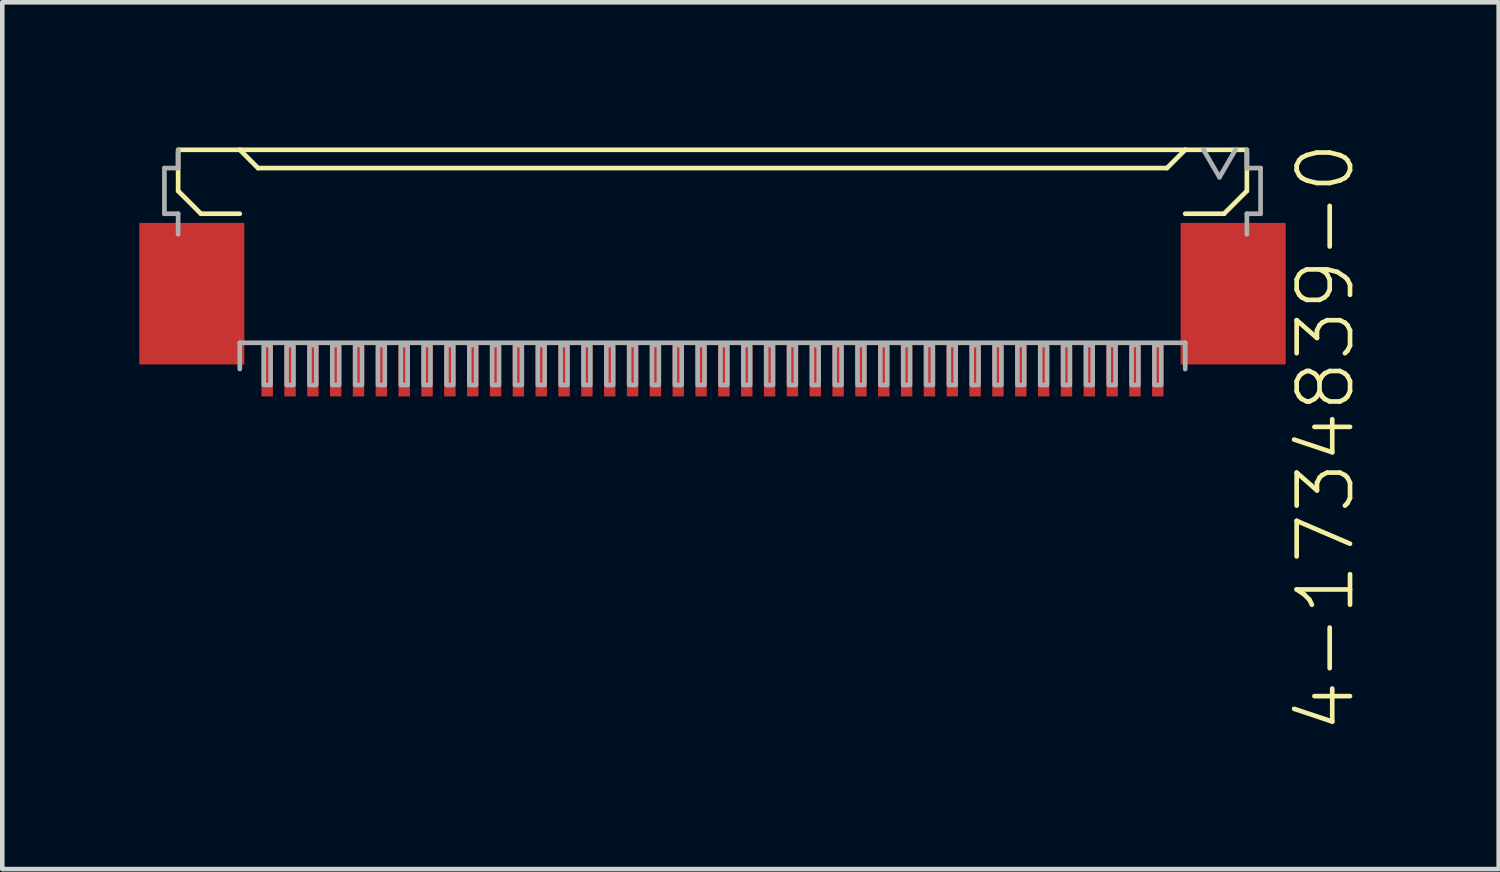
<source format=kicad_pcb>
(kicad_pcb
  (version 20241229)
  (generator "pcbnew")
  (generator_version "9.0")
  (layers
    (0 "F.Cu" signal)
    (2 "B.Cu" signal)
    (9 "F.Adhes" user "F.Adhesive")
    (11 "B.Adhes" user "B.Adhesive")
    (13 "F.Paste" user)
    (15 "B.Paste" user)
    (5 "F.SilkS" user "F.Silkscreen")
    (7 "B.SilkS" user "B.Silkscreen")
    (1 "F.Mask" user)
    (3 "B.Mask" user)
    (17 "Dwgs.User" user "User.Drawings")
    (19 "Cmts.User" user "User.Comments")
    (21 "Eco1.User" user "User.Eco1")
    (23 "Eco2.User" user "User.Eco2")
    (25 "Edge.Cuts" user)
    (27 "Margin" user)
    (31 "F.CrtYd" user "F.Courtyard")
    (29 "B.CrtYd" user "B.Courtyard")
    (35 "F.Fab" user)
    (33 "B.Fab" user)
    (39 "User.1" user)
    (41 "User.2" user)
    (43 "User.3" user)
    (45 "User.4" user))
  (footprint "4-1734839-0"
    (layer "F.Cu")
    (at 12.55 2.54)
    (property "Reference" "4-1734839-0" (at 12.74 -2.54 90) (layer "F.SilkS") (effects (font (size 1.168 1.168) (thickness 0.102)) (justify right top)))
    (fp_poly (pts (xy -9.9 1.965) (xy -9.9 3.115) (xy -9.6 3.115) (xy -9.6 1.965)) (stroke (width 0) (type solid)) (fill yes) (layer "F.Mask"))
    (fp_poly (pts (xy -9.4 1.965) (xy -9.4 3.115) (xy -9.1 3.115) (xy -9.1 1.965)) (stroke (width 0) (type solid)) (fill yes) (layer "F.Mask"))
    (fp_poly (pts (xy -8.9 1.965) (xy -8.9 3.115) (xy -8.6 3.115) (xy -8.6 1.965)) (stroke (width 0) (type solid)) (fill yes) (layer "F.Mask"))
    (fp_poly (pts (xy -8.4 1.965) (xy -8.4 3.115) (xy -8.1 3.115) (xy -8.1 1.965)) (stroke (width 0) (type solid)) (fill yes) (layer "F.Mask"))
    (fp_poly (pts (xy -7.9 1.965) (xy -7.9 3.115) (xy -7.6 3.115) (xy -7.6 1.965)) (stroke (width 0) (type solid)) (fill yes) (layer "F.Mask"))
    (fp_poly (pts (xy -7.4 1.965) (xy -7.4 3.115) (xy -7.1 3.115) (xy -7.1 1.965)) (stroke (width 0) (type solid)) (fill yes) (layer "F.Mask"))
    (fp_poly (pts (xy -6.9 1.965) (xy -6.9 3.115) (xy -6.6 3.115) (xy -6.6 1.965)) (stroke (width 0) (type solid)) (fill yes) (layer "F.Mask"))
    (fp_poly (pts (xy -6.4 1.965) (xy -6.4 3.115) (xy -6.1 3.115) (xy -6.1 1.965)) (stroke (width 0) (type solid)) (fill yes) (layer "F.Mask"))
    (fp_poly (pts (xy -5.9 1.965) (xy -5.9 3.115) (xy -5.6 3.115) (xy -5.6 1.965)) (stroke (width 0) (type solid)) (fill yes) (layer "F.Mask"))
    (fp_poly (pts (xy -5.4 1.965) (xy -5.4 3.115) (xy -5.1 3.115) (xy -5.1 1.965)) (stroke (width 0) (type solid)) (fill yes) (layer "F.Mask"))
    (fp_poly (pts (xy -4.9 1.965) (xy -4.9 3.115) (xy -4.6 3.115) (xy -4.6 1.965)) (stroke (width 0) (type solid)) (fill yes) (layer "F.Mask"))
    (fp_poly (pts (xy -4.4 1.965) (xy -4.4 3.115) (xy -4.1 3.115) (xy -4.1 1.965)) (stroke (width 0) (type solid)) (fill yes) (layer "F.Mask"))
    (fp_poly (pts (xy -3.9 1.965) (xy -3.9 3.115) (xy -3.6 3.115) (xy -3.6 1.965)) (stroke (width 0) (type solid)) (fill yes) (layer "F.Mask"))
    (fp_poly (pts (xy -3.4 1.965) (xy -3.4 3.115) (xy -3.1 3.115) (xy -3.1 1.965)) (stroke (width 0) (type solid)) (fill yes) (layer "F.Mask"))
    (fp_poly (pts (xy -2.9 1.965) (xy -2.9 3.115) (xy -2.6 3.115) (xy -2.6 1.965)) (stroke (width 0) (type solid)) (fill yes) (layer "F.Mask"))
    (fp_poly (pts (xy -2.4 1.965) (xy -2.4 3.115) (xy -2.1 3.115) (xy -2.1 1.965)) (stroke (width 0) (type solid)) (fill yes) (layer "F.Mask"))
    (fp_poly (pts (xy -1.9 1.965) (xy -1.9 3.115) (xy -1.6 3.115) (xy -1.6 1.965)) (stroke (width 0) (type solid)) (fill yes) (layer "F.Mask"))
    (fp_poly (pts (xy -1.4 1.965) (xy -1.4 3.115) (xy -1.1 3.115) (xy -1.1 1.965)) (stroke (width 0) (type solid)) (fill yes) (layer "F.Mask"))
    (fp_poly (pts (xy -0.9 1.965) (xy -0.9 3.115) (xy -0.6 3.115) (xy -0.6 1.965)) (stroke (width 0) (type solid)) (fill yes) (layer "F.Mask"))
    (fp_poly (pts (xy -0.4 1.965) (xy -0.4 3.115) (xy -0.1 3.115) (xy -0.1 1.965)) (stroke (width 0) (type solid)) (fill yes) (layer "F.Mask"))
    (fp_poly (pts (xy 0.1 1.965) (xy 0.1 3.115) (xy 0.4 3.115) (xy 0.4 1.965)) (stroke (width 0) (type solid)) (fill yes) (layer "F.Mask"))
    (fp_poly (pts (xy 0.6 1.965) (xy 0.6 3.115) (xy 0.9 3.115) (xy 0.9 1.965)) (stroke (width 0) (type solid)) (fill yes) (layer "F.Mask"))
    (fp_poly (pts (xy 1.1 1.965) (xy 1.1 3.115) (xy 1.4 3.115) (xy 1.4 1.965)) (stroke (width 0) (type solid)) (fill yes) (layer "F.Mask"))
    (fp_poly (pts (xy 1.6 1.965) (xy 1.6 3.115) (xy 1.9 3.115) (xy 1.9 1.965)) (stroke (width 0) (type solid)) (fill yes) (layer "F.Mask"))
    (fp_poly (pts (xy 2.1 1.965) (xy 2.1 3.115) (xy 2.4 3.115) (xy 2.4 1.965)) (stroke (width 0) (type solid)) (fill yes) (layer "F.Mask"))
    (fp_poly (pts (xy 2.6 1.965) (xy 2.6 3.115) (xy 2.9 3.115) (xy 2.9 1.965)) (stroke (width 0) (type solid)) (fill yes) (layer "F.Mask"))
    (fp_poly (pts (xy 3.1 1.965) (xy 3.1 3.115) (xy 3.4 3.115) (xy 3.4 1.965)) (stroke (width 0) (type solid)) (fill yes) (layer "F.Mask"))
    (fp_poly (pts (xy 3.6 1.965) (xy 3.6 3.115) (xy 3.9 3.115) (xy 3.9 1.965)) (stroke (width 0) (type solid)) (fill yes) (layer "F.Mask"))
    (fp_poly (pts (xy 4.1 1.965) (xy 4.1 3.115) (xy 4.4 3.115) (xy 4.4 1.965)) (stroke (width 0) (type solid)) (fill yes) (layer "F.Mask"))
    (fp_poly (pts (xy 4.6 1.965) (xy 4.6 3.115) (xy 4.9 3.115) (xy 4.9 1.965)) (stroke (width 0) (type solid)) (fill yes) (layer "F.Mask"))
    (fp_poly (pts (xy 5.1 1.965) (xy 5.1 3.115) (xy 5.4 3.115) (xy 5.4 1.965)) (stroke (width 0) (type solid)) (fill yes) (layer "F.Mask"))
    (fp_poly (pts (xy 5.6 1.965) (xy 5.6 3.115) (xy 5.9 3.115) (xy 5.9 1.965)) (stroke (width 0) (type solid)) (fill yes) (layer "F.Mask"))
    (fp_poly (pts (xy 6.1 1.965) (xy 6.1 3.115) (xy 6.4 3.115) (xy 6.4 1.965)) (stroke (width 0) (type solid)) (fill yes) (layer "F.Mask"))
    (fp_poly (pts (xy 6.6 1.965) (xy 6.6 3.115) (xy 6.9 3.115) (xy 6.9 1.965)) (stroke (width 0) (type solid)) (fill yes) (layer "F.Mask"))
    (fp_poly (pts (xy 7.1 1.965) (xy 7.1 3.115) (xy 7.4 3.115) (xy 7.4 1.965)) (stroke (width 0) (type solid)) (fill yes) (layer "F.Mask"))
    (fp_poly (pts (xy 7.6 1.965) (xy 7.6 3.115) (xy 7.9 3.115) (xy 7.9 1.965)) (stroke (width 0) (type solid)) (fill yes) (layer "F.Mask"))
    (fp_poly (pts (xy 8.1 1.965) (xy 8.1 3.115) (xy 8.4 3.115) (xy 8.4 1.965)) (stroke (width 0) (type solid)) (fill yes) (layer "F.Mask"))
    (fp_poly (pts (xy 8.6 1.965) (xy 8.6 3.115) (xy 8.9 3.115) (xy 8.9 1.965)) (stroke (width 0) (type solid)) (fill yes) (layer "F.Mask"))
    (fp_poly (pts (xy 9.1 1.965) (xy 9.1 3.115) (xy 9.4 3.115) (xy 9.4 1.965)) (stroke (width 0) (type solid)) (fill yes) (layer "F.Mask"))
    (fp_poly (pts (xy 9.6 1.965) (xy 9.6 3.115) (xy 9.9 3.115) (xy 9.9 1.965)) (stroke (width 0) (type solid)) (fill yes) (layer "F.Mask"))
    (fp_line (start -11.7 -2.31) (end -10.35 -2.31) (stroke (width 0.102) (type solid)) (layer "F.SilkS"))
    (fp_line (start -11.7 -1.41) (end -11.7 -2.26) (stroke (width 0.102) (type solid)) (layer "F.SilkS"))
    (fp_line (start -11.2 -0.91) (end -11.7 -1.41) (stroke (width 0.102) (type solid)) (layer "F.SilkS"))
    (fp_line (start -10.35 -2.31) (end -9.95 -1.91) (stroke (width 0.102) (type solid)) (layer "F.SilkS"))
    (fp_line (start -10.35 -0.91) (end -11.2 -0.91) (stroke (width 0.102) (type solid)) (layer "F.SilkS"))
    (fp_line (start -9.95 -1.91) (end 9.95 -1.91) (stroke (width 0.102) (type solid)) (layer "F.SilkS"))
    (fp_line (start 9.95 -1.91) (end 10.35 -2.31) (stroke (width 0.102) (type solid)) (layer "F.SilkS"))
    (fp_line (start 10.35 -2.31) (end -10.35 -2.31) (stroke (width 0.102) (type solid)) (layer "F.SilkS"))
    (fp_line (start 10.35 -2.31) (end 11.7 -2.31) (stroke (width 0.102) (type solid)) (layer "F.SilkS"))
    (fp_line (start 10.35 -0.91) (end 11.2 -0.91) (stroke (width 0.102) (type solid)) (layer "F.SilkS"))
    (fp_line (start 11.2 -0.91) (end 11.7 -1.41) (stroke (width 0.102) (type solid)) (layer "F.SilkS"))
    (fp_line (start 11.7 -1.41) (end 11.7 -2.26) (stroke (width 0.102) (type solid)) (layer "F.SilkS"))
    (fp_line (start -12 -1.91) (end -11.7 -1.91) (stroke (width 0.102) (type solid)) (layer "F.Fab"))
    (fp_line (start -12 -0.91) (end -12 -1.91) (stroke (width 0.102) (type solid)) (layer "F.Fab"))
    (fp_line (start -11.7 -1.91) (end -11.7 -2.31) (stroke (width 0.102) (type solid)) (layer "F.Fab"))
    (fp_line (start -11.7 -0.91) (end -12 -0.91) (stroke (width 0.102) (type solid)) (layer "F.Fab"))
    (fp_line (start -11.7 -0.46) (end -11.7 -0.91) (stroke (width 0.102) (type solid)) (layer "F.Fab"))
    (fp_line (start -10.35 1.915) (end -10.35 2.49) (stroke (width 0.102) (type solid)) (layer "F.Fab"))
    (fp_line (start 10.35 1.915) (end -10.35 1.915) (stroke (width 0.102) (type solid)) (layer "F.Fab"))
    (fp_line (start 10.35 2.49) (end 10.35 1.915) (stroke (width 0.102) (type solid)) (layer "F.Fab"))
    (fp_line (start 11.1 -1.71) (end 10.75 -2.31) (stroke (width 0.102) (type solid)) (layer "F.Fab"))
    (fp_line (start 11.45 -2.31) (end 11.1 -1.71) (stroke (width 0.102) (type solid)) (layer "F.Fab"))
    (fp_line (start 11.7 -2.31) (end 11.7 -1.91) (stroke (width 0.102) (type solid)) (layer "F.Fab"))
    (fp_line (start 11.7 -1.91) (end 12 -1.91) (stroke (width 0.102) (type solid)) (layer "F.Fab"))
    (fp_line (start 11.7 -0.91) (end 11.7 -0.46) (stroke (width 0.102) (type solid)) (layer "F.Fab"))
    (fp_line (start 12 -1.91) (end 12 -0.91) (stroke (width 0.102) (type solid)) (layer "F.Fab"))
    (fp_line (start 12 -0.91) (end 11.7 -0.91) (stroke (width 0.102) (type solid)) (layer "F.Fab"))
    (fp_poly (pts (xy -9.825 1.965) (xy -9.825 2.84) (xy -9.675 2.84) (xy -9.675 1.965)) (stroke (width 0.1) (type solid)) (fill no) (layer "F.Fab"))
    (fp_poly (pts (xy -9.325 1.965) (xy -9.325 2.84) (xy -9.175 2.84) (xy -9.175 1.965)) (stroke (width 0.1) (type solid)) (fill no) (layer "F.Fab"))
    (fp_poly (pts (xy -8.825 1.965) (xy -8.825 2.84) (xy -8.675 2.84) (xy -8.675 1.965)) (stroke (width 0.1) (type solid)) (fill no) (layer "F.Fab"))
    (fp_poly (pts (xy -8.325 1.965) (xy -8.325 2.84) (xy -8.175 2.84) (xy -8.175 1.965)) (stroke (width 0.1) (type solid)) (fill no) (layer "F.Fab"))
    (fp_poly (pts (xy -7.825 1.965) (xy -7.825 2.84) (xy -7.675 2.84) (xy -7.675 1.965)) (stroke (width 0.1) (type solid)) (fill no) (layer "F.Fab"))
    (fp_poly (pts (xy -7.325 1.965) (xy -7.325 2.84) (xy -7.175 2.84) (xy -7.175 1.965)) (stroke (width 0.1) (type solid)) (fill no) (layer "F.Fab"))
    (fp_poly (pts (xy -6.825 1.965) (xy -6.825 2.84) (xy -6.675 2.84) (xy -6.675 1.965)) (stroke (width 0.1) (type solid)) (fill no) (layer "F.Fab"))
    (fp_poly (pts (xy -6.325 1.965) (xy -6.325 2.84) (xy -6.175 2.84) (xy -6.175 1.965)) (stroke (width 0.1) (type solid)) (fill no) (layer "F.Fab"))
    (fp_poly (pts (xy -5.825 1.965) (xy -5.825 2.84) (xy -5.675 2.84) (xy -5.675 1.965)) (stroke (width 0.1) (type solid)) (fill no) (layer "F.Fab"))
    (fp_poly (pts (xy -5.325 1.965) (xy -5.325 2.84) (xy -5.175 2.84) (xy -5.175 1.965)) (stroke (width 0.1) (type solid)) (fill no) (layer "F.Fab"))
    (fp_poly (pts (xy -4.825 1.965) (xy -4.825 2.84) (xy -4.675 2.84) (xy -4.675 1.965)) (stroke (width 0.1) (type solid)) (fill no) (layer "F.Fab"))
    (fp_poly (pts (xy -4.325 1.965) (xy -4.325 2.84) (xy -4.175 2.84) (xy -4.175 1.965)) (stroke (width 0.1) (type solid)) (fill no) (layer "F.Fab"))
    (fp_poly (pts (xy -3.825 1.965) (xy -3.825 2.84) (xy -3.675 2.84) (xy -3.675 1.965)) (stroke (width 0.1) (type solid)) (fill no) (layer "F.Fab"))
    (fp_poly (pts (xy -3.325 1.965) (xy -3.325 2.84) (xy -3.175 2.84) (xy -3.175 1.965)) (stroke (width 0.1) (type solid)) (fill no) (layer "F.Fab"))
    (fp_poly (pts (xy -2.825 1.965) (xy -2.825 2.84) (xy -2.675 2.84) (xy -2.675 1.965)) (stroke (width 0.1) (type solid)) (fill no) (layer "F.Fab"))
    (fp_poly (pts (xy -2.325 1.965) (xy -2.325 2.84) (xy -2.175 2.84) (xy -2.175 1.965)) (stroke (width 0.1) (type solid)) (fill no) (layer "F.Fab"))
    (fp_poly (pts (xy -1.825 1.965) (xy -1.825 2.84) (xy -1.675 2.84) (xy -1.675 1.965)) (stroke (width 0.1) (type solid)) (fill no) (layer "F.Fab"))
    (fp_poly (pts (xy -1.325 1.965) (xy -1.325 2.84) (xy -1.175 2.84) (xy -1.175 1.965)) (stroke (width 0.1) (type solid)) (fill no) (layer "F.Fab"))
    (fp_poly (pts (xy -0.825 1.965) (xy -0.825 2.84) (xy -0.675 2.84) (xy -0.675 1.965)) (stroke (width 0.1) (type solid)) (fill no) (layer "F.Fab"))
    (fp_poly (pts (xy -0.325 1.965) (xy -0.325 2.84) (xy -0.175 2.84) (xy -0.175 1.965)) (stroke (width 0.1) (type solid)) (fill no) (layer "F.Fab"))
    (fp_poly (pts (xy 0.175 1.965) (xy 0.175 2.84) (xy 0.325 2.84) (xy 0.325 1.965)) (stroke (width 0.1) (type solid)) (fill no) (layer "F.Fab"))
    (fp_poly (pts (xy 0.675 1.965) (xy 0.675 2.84) (xy 0.825 2.84) (xy 0.825 1.965)) (stroke (width 0.1) (type solid)) (fill no) (layer "F.Fab"))
    (fp_poly (pts (xy 1.175 1.965) (xy 1.175 2.84) (xy 1.325 2.84) (xy 1.325 1.965)) (stroke (width 0.1) (type solid)) (fill no) (layer "F.Fab"))
    (fp_poly (pts (xy 1.675 1.965) (xy 1.675 2.84) (xy 1.825 2.84) (xy 1.825 1.965)) (stroke (width 0.1) (type solid)) (fill no) (layer "F.Fab"))
    (fp_poly (pts (xy 2.175 1.965) (xy 2.175 2.84) (xy 2.325 2.84) (xy 2.325 1.965)) (stroke (width 0.1) (type solid)) (fill no) (layer "F.Fab"))
    (fp_poly (pts (xy 2.675 1.965) (xy 2.675 2.84) (xy 2.825 2.84) (xy 2.825 1.965)) (stroke (width 0.1) (type solid)) (fill no) (layer "F.Fab"))
    (fp_poly (pts (xy 3.175 1.965) (xy 3.175 2.84) (xy 3.325 2.84) (xy 3.325 1.965)) (stroke (width 0.1) (type solid)) (fill no) (layer "F.Fab"))
    (fp_poly (pts (xy 3.675 1.965) (xy 3.675 2.84) (xy 3.825 2.84) (xy 3.825 1.965)) (stroke (width 0.1) (type solid)) (fill no) (layer "F.Fab"))
    (fp_poly (pts (xy 4.175 1.965) (xy 4.175 2.84) (xy 4.325 2.84) (xy 4.325 1.965)) (stroke (width 0.1) (type solid)) (fill no) (layer "F.Fab"))
    (fp_poly (pts (xy 4.675 1.965) (xy 4.675 2.84) (xy 4.825 2.84) (xy 4.825 1.965)) (stroke (width 0.1) (type solid)) (fill no) (layer "F.Fab"))
    (fp_poly (pts (xy 5.175 1.965) (xy 5.175 2.84) (xy 5.325 2.84) (xy 5.325 1.965)) (stroke (width 0.1) (type solid)) (fill no) (layer "F.Fab"))
    (fp_poly (pts (xy 5.675 1.965) (xy 5.675 2.84) (xy 5.825 2.84) (xy 5.825 1.965)) (stroke (width 0.1) (type solid)) (fill no) (layer "F.Fab"))
    (fp_poly (pts (xy 6.175 1.965) (xy 6.175 2.84) (xy 6.325 2.84) (xy 6.325 1.965)) (stroke (width 0.1) (type solid)) (fill no) (layer "F.Fab"))
    (fp_poly (pts (xy 6.675 1.965) (xy 6.675 2.84) (xy 6.825 2.84) (xy 6.825 1.965)) (stroke (width 0.1) (type solid)) (fill no) (layer "F.Fab"))
    (fp_poly (pts (xy 7.175 1.965) (xy 7.175 2.84) (xy 7.325 2.84) (xy 7.325 1.965)) (stroke (width 0.1) (type solid)) (fill no) (layer "F.Fab"))
    (fp_poly (pts (xy 7.675 1.965) (xy 7.675 2.84) (xy 7.825 2.84) (xy 7.825 1.965)) (stroke (width 0.1) (type solid)) (fill no) (layer "F.Fab"))
    (fp_poly (pts (xy 8.175 1.965) (xy 8.175 2.84) (xy 8.325 2.84) (xy 8.325 1.965)) (stroke (width 0.1) (type solid)) (fill no) (layer "F.Fab"))
    (fp_poly (pts (xy 8.675 1.965) (xy 8.675 2.84) (xy 8.825 2.84) (xy 8.825 1.965)) (stroke (width 0.1) (type solid)) (fill no) (layer "F.Fab"))
    (fp_poly (pts (xy 9.175 1.965) (xy 9.175 2.84) (xy 9.325 2.84) (xy 9.325 1.965)) (stroke (width 0.1) (type solid)) (fill no) (layer "F.Fab"))
    (fp_poly (pts (xy 9.675 1.965) (xy 9.675 2.84) (xy 9.825 2.84) (xy 9.825 1.965)) (stroke (width 0.1) (type solid)) (fill no) (layer "F.Fab"))
    (pad "1" smd rect (at -9.75 2.54 90) (size 1.1 0.25) (layers "F.Cu" "F.Paste"))
    (pad "2" smd rect (at -9.25 2.54 90) (size 1.1 0.25) (layers "F.Cu" "F.Paste"))
    (pad "3" smd rect (at -8.75 2.54 90) (size 1.1 0.25) (layers "F.Cu" "F.Paste"))
    (pad "4" smd rect (at -8.25 2.54 90) (size 1.1 0.25) (layers "F.Cu" "F.Paste"))
    (pad "5" smd rect (at -7.75 2.54 90) (size 1.1 0.25) (layers "F.Cu" "F.Paste"))
    (pad "6" smd rect (at -7.25 2.54 90) (size 1.1 0.25) (layers "F.Cu" "F.Paste"))
    (pad "7" smd rect (at -6.75 2.54 90) (size 1.1 0.25) (layers "F.Cu" "F.Paste"))
    (pad "8" smd rect (at -6.25 2.54 90) (size 1.1 0.25) (layers "F.Cu" "F.Paste"))
    (pad "9" smd rect (at -5.75 2.54 90) (size 1.1 0.25) (layers "F.Cu" "F.Paste"))
    (pad "10" smd rect (at -5.25 2.54 90) (size 1.1 0.25) (layers "F.Cu" "F.Paste"))
    (pad "11" smd rect (at -4.75 2.54 90) (size 1.1 0.25) (layers "F.Cu" "F.Paste"))
    (pad "12" smd rect (at -4.25 2.54 90) (size 1.1 0.25) (layers "F.Cu" "F.Paste"))
    (pad "13" smd rect (at -3.75 2.54 90) (size 1.1 0.25) (layers "F.Cu" "F.Paste"))
    (pad "14" smd rect (at -3.25 2.54 90) (size 1.1 0.25) (layers "F.Cu" "F.Paste"))
    (pad "15" smd rect (at -2.75 2.54 90) (size 1.1 0.25) (layers "F.Cu" "F.Paste"))
    (pad "16" smd rect (at -2.25 2.54 90) (size 1.1 0.25) (layers "F.Cu" "F.Paste"))
    (pad "17" smd rect (at -1.75 2.54 90) (size 1.1 0.25) (layers "F.Cu" "F.Paste"))
    (pad "18" smd rect (at -1.25 2.54 90) (size 1.1 0.25) (layers "F.Cu" "F.Paste"))
    (pad "19" smd rect (at -0.75 2.54 90) (size 1.1 0.25) (layers "F.Cu" "F.Paste"))
    (pad "20" smd rect (at -0.25 2.54 90) (size 1.1 0.25) (layers "F.Cu" "F.Paste"))
    (pad "21" smd rect (at 0.25 2.54 90) (size 1.1 0.25) (layers "F.Cu" "F.Paste"))
    (pad "22" smd rect (at 0.75 2.54 90) (size 1.1 0.25) (layers "F.Cu" "F.Paste"))
    (pad "23" smd rect (at 1.25 2.54 90) (size 1.1 0.25) (layers "F.Cu" "F.Paste"))
    (pad "24" smd rect (at 1.75 2.54 90) (size 1.1 0.25) (layers "F.Cu" "F.Paste"))
    (pad "25" smd rect (at 2.25 2.54 90) (size 1.1 0.25) (layers "F.Cu" "F.Paste"))
    (pad "26" smd rect (at 2.75 2.54 90) (size 1.1 0.25) (layers "F.Cu" "F.Paste"))
    (pad "27" smd rect (at 3.25 2.54 90) (size 1.1 0.25) (layers "F.Cu" "F.Paste"))
    (pad "28" smd rect (at 3.75 2.54 90) (size 1.1 0.25) (layers "F.Cu" "F.Paste"))
    (pad "29" smd rect (at 4.25 2.54 90) (size 1.1 0.25) (layers "F.Cu" "F.Paste"))
    (pad "30" smd rect (at 4.75 2.54 90) (size 1.1 0.25) (layers "F.Cu" "F.Paste"))
    (pad "31" smd rect (at 5.25 2.54 90) (size 1.1 0.25) (layers "F.Cu" "F.Paste"))
    (pad "32" smd rect (at 5.75 2.54 90) (size 1.1 0.25) (layers "F.Cu" "F.Paste"))
    (pad "33" smd rect (at 6.25 2.54 90) (size 1.1 0.25) (layers "F.Cu" "F.Paste"))
    (pad "34" smd rect (at 6.75 2.54 90) (size 1.1 0.25) (layers "F.Cu" "F.Paste"))
    (pad "35" smd rect (at 7.25 2.54 90) (size 1.1 0.25) (layers "F.Cu" "F.Paste"))
    (pad "36" smd rect (at 7.75 2.54 90) (size 1.1 0.25) (layers "F.Cu" "F.Paste"))
    (pad "37" smd rect (at 8.25 2.54 90) (size 1.1 0.25) (layers "F.Cu" "F.Paste"))
    (pad "38" smd rect (at 8.75 2.54 90) (size 1.1 0.25) (layers "F.Cu" "F.Paste"))
    (pad "39" smd rect (at 9.25 2.54 90) (size 1.1 0.25) (layers "F.Cu" "F.Paste"))
    (pad "40" smd rect (at 9.75 2.54 90) (size 1.1 0.25) (layers "F.Cu" "F.Paste"))
    (pad "M1" smd rect (at 11.4 0.84 270) (size 3.1 2.3) (layers "F.Cu" "F.Mask" "F.Paste"))
    (pad "M2" smd rect (at -11.4 0.84 270) (size 3.1 2.3) (layers "F.Cu" "F.Mask" "F.Paste")))
  (gr_rect
    (start -3 -3)
    (end 29.763 15.979)
    (stroke (width 0.1) (type default))
    (fill no)
    (layer "Edge.Cuts")))
</source>
